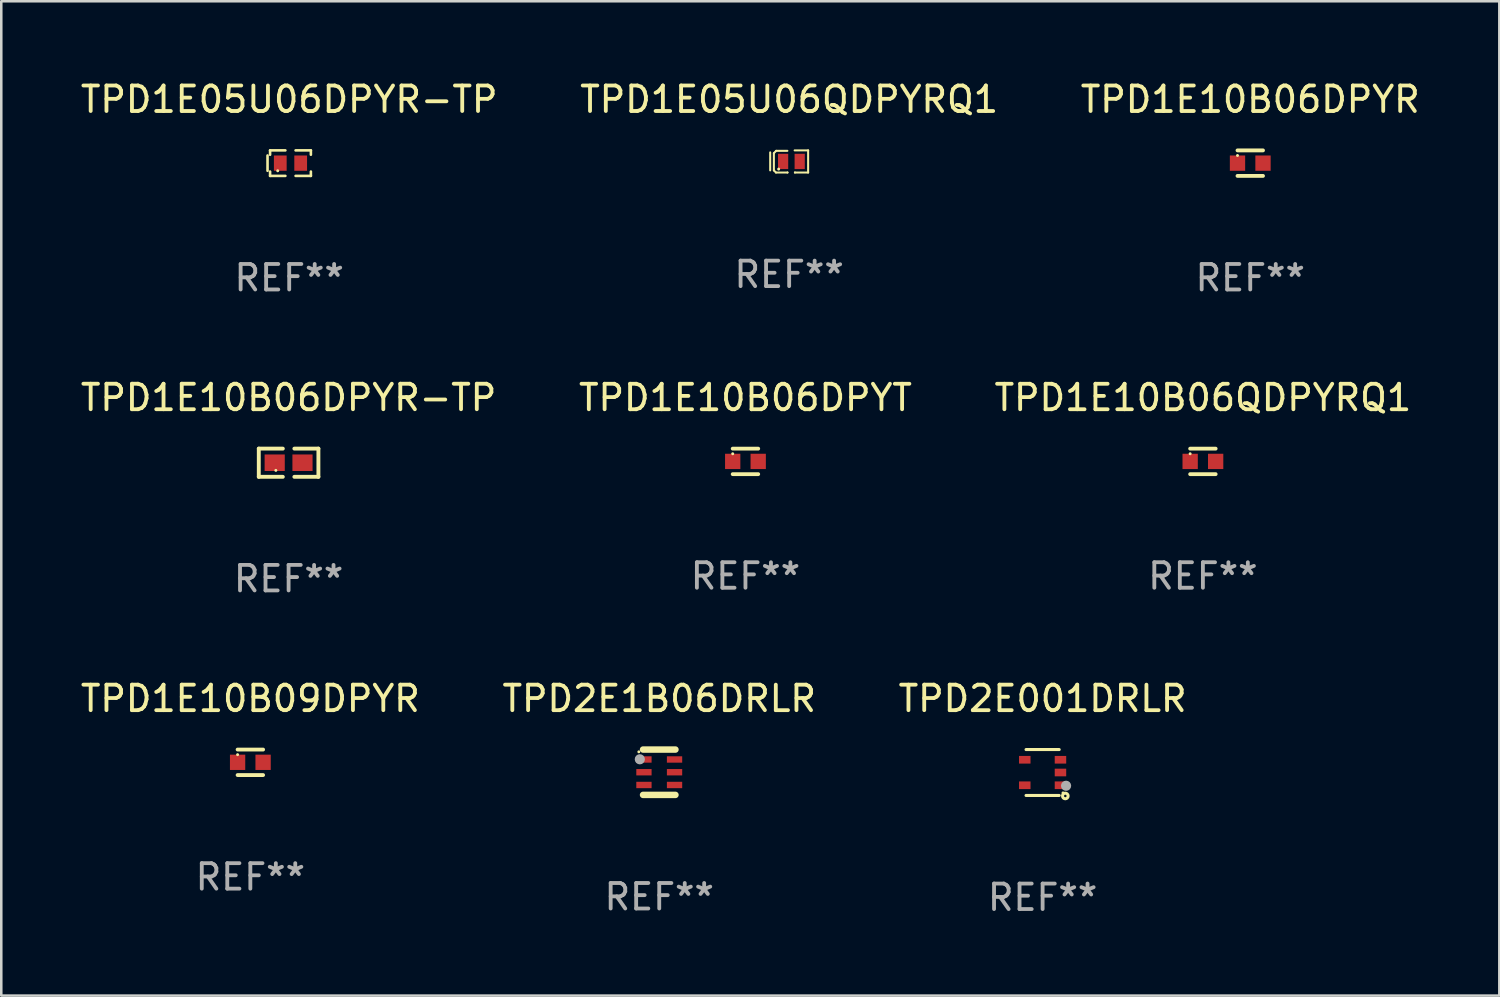
<source format=kicad_pcb>
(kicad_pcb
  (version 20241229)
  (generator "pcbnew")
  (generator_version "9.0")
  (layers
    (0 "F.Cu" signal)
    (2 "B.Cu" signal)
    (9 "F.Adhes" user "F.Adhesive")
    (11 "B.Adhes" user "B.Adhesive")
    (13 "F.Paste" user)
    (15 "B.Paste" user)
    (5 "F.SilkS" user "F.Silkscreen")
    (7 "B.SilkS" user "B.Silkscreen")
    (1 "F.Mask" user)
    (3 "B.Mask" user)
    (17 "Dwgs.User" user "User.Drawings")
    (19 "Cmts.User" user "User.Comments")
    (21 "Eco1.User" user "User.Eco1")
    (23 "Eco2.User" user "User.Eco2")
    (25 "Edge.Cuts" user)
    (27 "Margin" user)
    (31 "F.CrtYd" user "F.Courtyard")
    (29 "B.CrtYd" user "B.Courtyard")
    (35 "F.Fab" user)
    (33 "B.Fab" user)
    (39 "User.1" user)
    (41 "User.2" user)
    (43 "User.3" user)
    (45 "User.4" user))
  (footprint "TPD1E10B06DPYR"
    (layer "F.Cu")
    (at 45.982 3.348)
    (property "Reference" "TPD1E10B06DPYR" (at 0 -2.5 0) (layer "F.SilkS") (effects (font (size 1 1) (thickness 0.15))))
    (attr through_hole)
    (fp_line (start -0.5 -0.5) (end 0.5 -0.5) (stroke (width 0.15) (type solid)) (layer "F.SilkS"))
    (fp_line (start -0.5 0.5) (end 0.5 0.5) (stroke (width 0.15) (type solid)) (layer "F.SilkS"))
    (fp_circle (center -0.5 -0.3) (end -0.47 -0.3) (stroke (width 0.06) (type solid)) (fill no) (layer "F.SilkS"))
    (fp_text user "REF**" (at 0 4.5 0) (layer "F.Fab") (effects (font (size 1 1) (thickness 0.15))))
    (pad "1" smd rect (at -0.5 0) (size 0.6 0.6) (layers "F.Cu" "F.Mask" "F.Paste"))
    (pad "2" smd rect (at 0.5 0) (size 0.6 0.6) (layers "F.Cu" "F.Mask" "F.Paste")))
  (footprint "TPD1E10B06DPYR-TP"
    (layer "F.Cu")
    (at 8.268 15.097)
    (property "Reference" "TPD1E10B06DPYR-TP" (at 0 -2.553 0) (layer "F.SilkS") (effects (font (size 1 1) (thickness 0.15))))
    (attr through_hole)
    (fp_line (start -1.169 -0.553) (end -0.226 -0.553) (stroke (width 0.152) (type solid)) (layer "F.SilkS"))
    (fp_line (start -1.169 0.553) (end -1.169 -0.553) (stroke (width 0.152) (type solid)) (layer "F.SilkS"))
    (fp_line (start -0.226 0.553) (end -1.169 0.553) (stroke (width 0.152) (type solid)) (layer "F.SilkS"))
    (fp_line (start 0.226 0.553) (end 1.169 0.553) (stroke (width 0.152) (type solid)) (layer "F.SilkS"))
    (fp_line (start 1.169 -0.553) (end 0.226 -0.553) (stroke (width 0.152) (type solid)) (layer "F.SilkS"))
    (fp_line (start 1.169 0.553) (end 1.169 -0.553) (stroke (width 0.152) (type solid)) (layer "F.SilkS"))
    (fp_circle (center -0.5 0.3) (end -0.47 0.3) (stroke (width 0.06) (type solid)) (fill no) (layer "F.SilkS"))
    (fp_text user "REF**" (at 0 4.553 0) (layer "F.Fab") (effects (font (size 1 1) (thickness 0.15))))
    (pad "1" smd rect (at -0.545 0) (size 0.79 0.648) (layers "F.Cu" "F.Mask" "F.Paste"))
    (pad "2" smd rect (at 0.545 0) (size 0.79 0.648) (layers "F.Cu" "F.Mask" "F.Paste")))
  (footprint "TPD1E05U06DPYR-TP"
    (layer "F.Cu")
    (at 8.292 3.348)
    (property "Reference" "TPD1E05U06DPYR-TP" (at 0 -2.5 0) (layer "F.SilkS") (effects (font (size 1 1) (thickness 0.15))))
    (attr through_hole)
    (fp_line (start -0.85 -0.3) (end -0.85 0.3) (stroke (width 0.102) (type solid)) (layer "F.SilkS"))
    (fp_line (start -0.75 -0.5) (end -0.75 -0.329) (stroke (width 0.102) (type solid)) (layer "F.SilkS"))
    (fp_line (start -0.75 0.329) (end -0.75 0.5) (stroke (width 0.102) (type solid)) (layer "F.SilkS"))
    (fp_line (start -0.75 0.5) (end -0.15 0.5) (stroke (width 0.102) (type solid)) (layer "F.SilkS"))
    (fp_line (start -0.15 -0.5) (end -0.75 -0.5) (stroke (width 0.102) (type solid)) (layer "F.SilkS"))
    (fp_line (start 0.25 -0.5) (end 0.85 -0.5) (stroke (width 0.102) (type solid)) (layer "F.SilkS"))
    (fp_line (start 0.85 -0.5) (end 0.85 -0.33) (stroke (width 0.102) (type solid)) (layer "F.SilkS"))
    (fp_line (start 0.85 0.33) (end 0.85 0.5) (stroke (width 0.102) (type solid)) (layer "F.SilkS"))
    (fp_line (start 0.85 0.5) (end 0.25 0.5) (stroke (width 0.102) (type solid)) (layer "F.SilkS"))
    (fp_circle (center -0.45 0.3) (end -0.42 0.3) (stroke (width 0.06) (type solid)) (fill no) (layer "F.SilkS"))
    (fp_text user "REF**" (at 0 4.5 0) (layer "F.Fab") (effects (font (size 1 1) (thickness 0.15))))
    (pad "1" smd rect (at -0.35 0) (size 0.5 0.6) (layers "F.Cu" "F.Mask" "F.Paste"))
    (pad "2" smd rect (at 0.45 0) (size 0.5 0.6) (layers "F.Cu" "F.Mask" "F.Paste")))
  (footprint "TPD2E001DRLR"
    (layer "F.Cu")
    (at 37.839 27.246)
    (property "Reference" "TPD2E001DRLR" (at 0 -2.9 0) (layer "F.SilkS") (effects (font (size 1 1) (thickness 0.15))))
    (attr through_hole)
    (fp_line (start -0.65 -0.9) (end 0.65 -0.9) (stroke (width 0.12) (type solid)) (layer "F.SilkS"))
    (fp_line (start -0.65 0.9) (end 0.65 0.9) (stroke (width 0.12) (type solid)) (layer "F.SilkS"))
    (fp_circle (center 0.8 0.8) (end 0.83 0.8) (stroke (width 0.06) (type solid)) (fill no) (layer "F.SilkS"))
    (fp_circle (center 0.89 0.92) (end 0.94 0.92) (stroke (width 0.12) (type solid)) (fill no) (layer "F.SilkS"))
    (fp_circle (center 0.92 0.52) (end 1.02 0.52) (stroke (width 0.2) (type solid)) (fill no) (layer "F.Fab"))
    (fp_text user "REF**" (at 0 4.9 0) (layer "F.Fab") (effects (font (size 1 1) (thickness 0.15))))
    (pad "1" smd rect (at 0.7 0.5) (size 0.45 0.3) (layers "F.Cu" "F.Mask" "F.Paste"))
    (pad "2" smd rect (at 0.7 -0.000356) (size 0.45 0.3) (layers "F.Cu" "F.Mask" "F.Paste"))
    (pad "3" smd rect (at 0.7 -0.5) (size 0.45 0.3) (layers "F.Cu" "F.Mask" "F.Paste"))
    (pad "4" smd rect (at -0.7 -0.5) (size 0.45 0.3) (layers "F.Cu" "F.Mask" "F.Paste"))
    (pad "5" smd rect (at -0.7 0.5) (size 0.45 0.3) (layers "F.Cu" "F.Mask" "F.Paste")))
  (footprint "TPD1E10B06QDPYRQ1"
    (layer "F.Cu")
    (at 44.125 15.045)
    (property "Reference" "TPD1E10B06QDPYRQ1" (at 0 -2.5 0) (layer "F.SilkS") (effects (font (size 1 1) (thickness 0.15))))
    (attr through_hole)
    (fp_line (start -0.5 -0.5) (end 0.5 -0.5) (stroke (width 0.15) (type solid)) (layer "F.SilkS"))
    (fp_line (start -0.5 0.5) (end 0.5 0.5) (stroke (width 0.15) (type solid)) (layer "F.SilkS"))
    (fp_circle (center -0.5 -0.3) (end -0.47 -0.3) (stroke (width 0.06) (type solid)) (fill no) (layer "F.SilkS"))
    (fp_text user "REF**" (at 0 4.5 0) (layer "F.Fab") (effects (font (size 1 1) (thickness 0.15))))
    (pad "1" smd rect (at -0.5 0) (size 0.6 0.6) (layers "F.Cu" "F.Mask" "F.Paste"))
    (pad "2" smd rect (at 0.5 0) (size 0.6 0.6) (layers "F.Cu" "F.Mask" "F.Paste")))
  (footprint "TPD1E10B06DPYT"
    (layer "F.Cu")
    (at 26.185 15.045)
    (property "Reference" "TPD1E10B06DPYT" (at 0 -2.5 0) (layer "F.SilkS") (effects (font (size 1 1) (thickness 0.15))))
    (attr through_hole)
    (fp_line (start -0.5 -0.5) (end 0.5 -0.5) (stroke (width 0.15) (type solid)) (layer "F.SilkS"))
    (fp_line (start -0.5 0.5) (end 0.5 0.5) (stroke (width 0.15) (type solid)) (layer "F.SilkS"))
    (fp_circle (center -0.5 -0.3) (end -0.47 -0.3) (stroke (width 0.06) (type solid)) (fill no) (layer "F.SilkS"))
    (fp_text user "REF**" (at 0 4.5 0) (layer "F.Fab") (effects (font (size 1 1) (thickness 0.15))))
    (pad "1" smd rect (at -0.5 0) (size 0.6 0.6) (layers "F.Cu" "F.Mask" "F.Paste"))
    (pad "2" smd rect (at 0.5 0) (size 0.6 0.6) (layers "F.Cu" "F.Mask" "F.Paste")))
  (footprint "TPD1E05U06QDPYRQ1"
    (layer "F.Cu")
    (at 27.899 3.282)
    (property "Reference" "TPD1E05U06QDPYRQ1" (at 0 -2.434 0) (layer "F.SilkS") (effects (font (size 1 1) (thickness 0.15))))
    (attr through_hole)
    (fp_line (start -0.744 -0.356) (end -0.744 0.35) (stroke (width 0.08) (type solid)) (layer "F.SilkS"))
    (fp_line (start -0.6 -0.327) (end -0.6 0.35) (stroke (width 0.08) (type solid)) (layer "F.SilkS"))
    (fp_line (start -0.6 0.35) (end -0.517 0.434) (stroke (width 0.08) (type solid)) (layer "F.SilkS"))
    (fp_line (start -0.517 0.434) (end -0.067 0.434) (stroke (width 0.08) (type solid)) (layer "F.SilkS"))
    (fp_line (start -0.509 -0.417) (end -0.6 -0.327) (stroke (width 0.08) (type solid)) (layer "F.SilkS"))
    (fp_line (start -0.07 -0.417) (end -0.509 -0.417) (stroke (width 0.08) (type solid)) (layer "F.SilkS"))
    (fp_line (start -0.067 0.434) (end -0.065 0.432) (stroke (width 0.08) (type solid)) (layer "F.SilkS"))
    (fp_line (start 0.215 -0.434) (end 0.744 -0.434) (stroke (width 0.08) (type solid)) (layer "F.SilkS"))
    (fp_line (start 0.226 0.434) (end 0.226 0.432) (stroke (width 0.08) (type solid)) (layer "F.SilkS"))
    (fp_line (start 0.744 -0.434) (end 0.744 0.434) (stroke (width 0.08) (type solid)) (layer "F.SilkS"))
    (fp_line (start 0.744 0.434) (end 0.226 0.434) (stroke (width 0.08) (type solid)) (layer "F.SilkS"))
    (fp_circle (center -0.412 0.299) (end -0.382 0.299) (stroke (width 0.06) (type solid)) (fill no) (layer "F.SilkS"))
    (fp_text user "REF**" (at 0 4.434 0) (layer "F.Fab") (effects (font (size 1 1) (thickness 0.15))))
    (pad "1" smd rect (at -0.237 -0.001) (size 0.4 0.6) (layers "F.Cu" "F.Mask" "F.Paste"))
    (pad "2" smd rect (at 0.413 -0.001) (size 0.4 0.6) (layers "F.Cu" "F.Mask" "F.Paste")))
  (footprint "TPD1E10B09DPYR"
    (layer "F.Cu")
    (at 6.768 26.846)
    (property "Reference" "TPD1E10B09DPYR" (at 0 -2.5 0) (layer "F.SilkS") (effects (font (size 1 1) (thickness 0.15))))
    (attr through_hole)
    (fp_line (start -0.5 -0.5) (end 0.5 -0.5) (stroke (width 0.15) (type solid)) (layer "F.SilkS"))
    (fp_line (start -0.5 0.5) (end 0.5 0.5) (stroke (width 0.15) (type solid)) (layer "F.SilkS"))
    (fp_circle (center -0.5 -0.3) (end -0.47 -0.3) (stroke (width 0.06) (type solid)) (fill no) (layer "F.SilkS"))
    (fp_text user "REF**" (at 0 4.5 0) (layer "F.Fab") (effects (font (size 1 1) (thickness 0.15))))
    (pad "1" smd rect (at -0.5 0) (size 0.6 0.6) (layers "F.Cu" "F.Mask" "F.Paste"))
    (pad "2" smd rect (at 0.5 0) (size 0.6 0.6) (layers "F.Cu" "F.Mask" "F.Paste")))
  (footprint "TPD2E1B06DRLR"
    (layer "F.Cu")
    (at 22.804 27.235)
    (property "Reference" "TPD2E1B06DRLR" (at 0 -2.889 0) (layer "F.SilkS") (effects (font (size 1 1) (thickness 0.15))))
    (attr through_hole)
    (fp_line (start -0.635 -0.889) (end 0.635 -0.889) (stroke (width 0.254) (type solid)) (layer "F.SilkS"))
    (fp_line (start -0.635 0.889) (end 0.635 0.889) (stroke (width 0.254) (type solid)) (layer "F.SilkS"))
    (fp_circle (center -0.8 -0.8) (end -0.77 -0.8) (stroke (width 0.06) (type solid)) (fill no) (layer "F.SilkS"))
    (fp_circle (center -0.762 -0.508) (end -0.662 -0.508) (stroke (width 0.2) (type solid)) (fill no) (layer "F.Fab"))
    (fp_text user "REF**" (at 0 4.889 0) (layer "F.Fab") (effects (font (size 1 1) (thickness 0.15))))
    (pad "1" smd rect (at -0.6 -0.5 270) (size 0.25 0.6) (layers "F.Cu" "F.Mask" "F.Paste"))
    (pad "2" smd rect (at -0.6 -0.000127 270) (size 0.25 0.6) (layers "F.Cu" "F.Mask" "F.Paste"))
    (pad "3" smd rect (at -0.6 0.5 270) (size 0.25 0.6) (layers "F.Cu" "F.Mask" "F.Paste"))
    (pad "4" smd rect (at 0.6 0.5 270) (size 0.25 0.6) (layers "F.Cu" "F.Mask" "F.Paste"))
    (pad "5" smd rect (at 0.6 -0.000127 270) (size 0.25 0.6) (layers "F.Cu" "F.Mask" "F.Paste"))
    (pad "6" smd rect (at 0.6 -0.5 270) (size 0.25 0.6) (layers "F.Cu" "F.Mask" "F.Paste")))
  (gr_rect
    (start -3 -3)
    (end 55.75 35.994)
    (stroke (width 0.1) (type default))
    (fill no)
    (layer "Edge.Cuts")))
</source>
